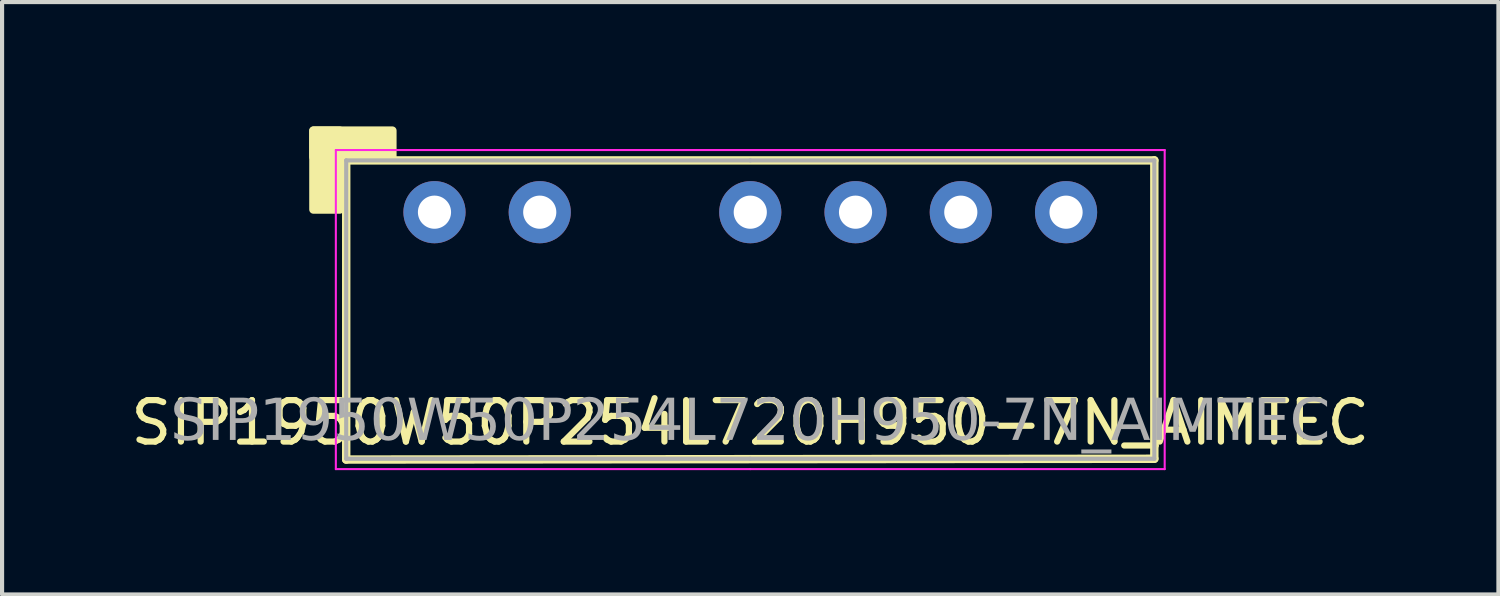
<source format=kicad_pcb>
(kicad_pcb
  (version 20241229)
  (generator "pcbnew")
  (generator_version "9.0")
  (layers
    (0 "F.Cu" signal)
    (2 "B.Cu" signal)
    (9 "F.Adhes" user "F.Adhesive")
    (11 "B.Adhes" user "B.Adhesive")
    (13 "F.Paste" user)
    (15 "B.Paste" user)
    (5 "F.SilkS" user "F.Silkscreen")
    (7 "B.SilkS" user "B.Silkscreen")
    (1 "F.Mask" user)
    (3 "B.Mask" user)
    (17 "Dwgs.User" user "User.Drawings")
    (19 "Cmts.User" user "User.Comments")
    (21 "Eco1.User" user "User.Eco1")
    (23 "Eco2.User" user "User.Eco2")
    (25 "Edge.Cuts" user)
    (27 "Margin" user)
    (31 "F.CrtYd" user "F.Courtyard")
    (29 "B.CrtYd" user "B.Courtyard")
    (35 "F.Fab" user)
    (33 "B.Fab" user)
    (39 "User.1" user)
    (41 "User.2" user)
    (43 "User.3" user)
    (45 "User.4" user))
  (footprint "SIP1950W50P254L720H950-7N_AIMTEC"
    (layer "F.Cu")
    (at 15.054 2.07)
    (property "Reference" "SIP1950W50P254L720H950-7N_AIMTEC" (at 0 5.08 0) (layer "F.SilkS") (effects (font (size 1 1) (thickness 0.15))))
    (attr through_hole)
    (fp_line (start -9.75 -1.25) (end 9.75 -1.25) (stroke (width 0.203) (type solid)) (layer "F.SilkS"))
    (fp_line (start -9.75 5.969) (end -9.75 -1.25) (stroke (width 0.203) (type solid)) (layer "F.SilkS"))
    (fp_line (start 9.75 -1.25) (end 9.75 5.95) (stroke (width 0.203) (type solid)) (layer "F.SilkS"))
    (fp_line (start 9.75 5.95) (end -9.75 5.969) (stroke (width 0.203) (type solid)) (layer "F.SilkS"))
    (fp_rect (start -10.541 -1.968) (end -9.906 -0.064) (stroke (width 0.203) (type solid)) (fill yes) (layer "F.SilkS"))
    (fp_rect (start -10.541 -1.968) (end -8.636 -1.333) (stroke (width 0.203) (type solid)) (fill yes) (layer "F.SilkS"))
    (fp_line (start -10 6.2) (end -10 -1.5) (stroke (width 0.05) (type solid)) (layer "F.CrtYd"))
    (fp_line (start 0 -1.5) (end -10 -1.5) (stroke (width 0.05) (type solid)) (layer "F.CrtYd"))
    (fp_line (start 0 -1.5) (end 10 -1.5) (stroke (width 0.05) (type solid)) (layer "F.CrtYd"))
    (fp_line (start 0 6.2) (end -10 6.2) (stroke (width 0.05) (type solid)) (layer "F.CrtYd"))
    (fp_line (start 0 6.2) (end 10 6.2) (stroke (width 0.05) (type solid)) (layer "F.CrtYd"))
    (fp_line (start 10 6.2) (end 10 -1.5) (stroke (width 0.05) (type solid)) (layer "F.CrtYd"))
    (fp_line (start -9.75 -1.25) (end -9.75 5.95) (stroke (width 0.1) (type solid)) (layer "F.Fab"))
    (fp_line (start 0 -1.25) (end -9.75 -1.25) (stroke (width 0.1) (type solid)) (layer "F.Fab"))
    (fp_line (start 0 -1.25) (end 9.75 -1.25) (stroke (width 0.1) (type solid)) (layer "F.Fab"))
    (fp_line (start 0 5.95) (end -9.75 5.95) (stroke (width 0.1) (type solid)) (layer "F.Fab"))
    (fp_line (start 0 5.95) (end 9.75 5.95) (stroke (width 0.1) (type solid)) (layer "F.Fab"))
    (fp_line (start 9.75 -1.25) (end 9.75 5.95) (stroke (width 0.1) (type solid)) (layer "F.Fab"))
    (fp_text user "${REFERENCE}" (at 0 5.08 0) (layer "F.Fab") (effects (font (face "Tahoma") (size 1 1) (thickness 0.15))))
    (pad "1" thru_hole circle (at -7.62 0) (size 1.5 1.5) (drill 0.8) (layers "*.Cu" "*.Mask"))
    (pad "2" thru_hole circle (at -5.08 0) (size 1.5 1.5) (drill 0.8) (layers "*.Cu" "*.Mask"))
    (pad "4" thru_hole circle (at 0 0) (size 1.5 1.5) (drill 0.8) (layers "*.Cu" "*.Mask"))
    (pad "5" thru_hole circle (at 2.54 0) (size 1.5 1.5) (drill 0.8) (layers "*.Cu" "*.Mask"))
    (pad "6" thru_hole circle (at 5.08 0) (size 1.5 1.5) (drill 0.8) (layers "*.Cu" "*.Mask"))
    (pad "7" thru_hole circle (at 7.62 0) (size 1.5 1.5) (drill 0.8) (layers "*.Cu" "*.Mask")))
  (gr_rect
    (start -3 -3)
    (end 33.107 11.295)
    (stroke (width 0.1) (type default))
    (fill no)
    (layer "Edge.Cuts")))
</source>
